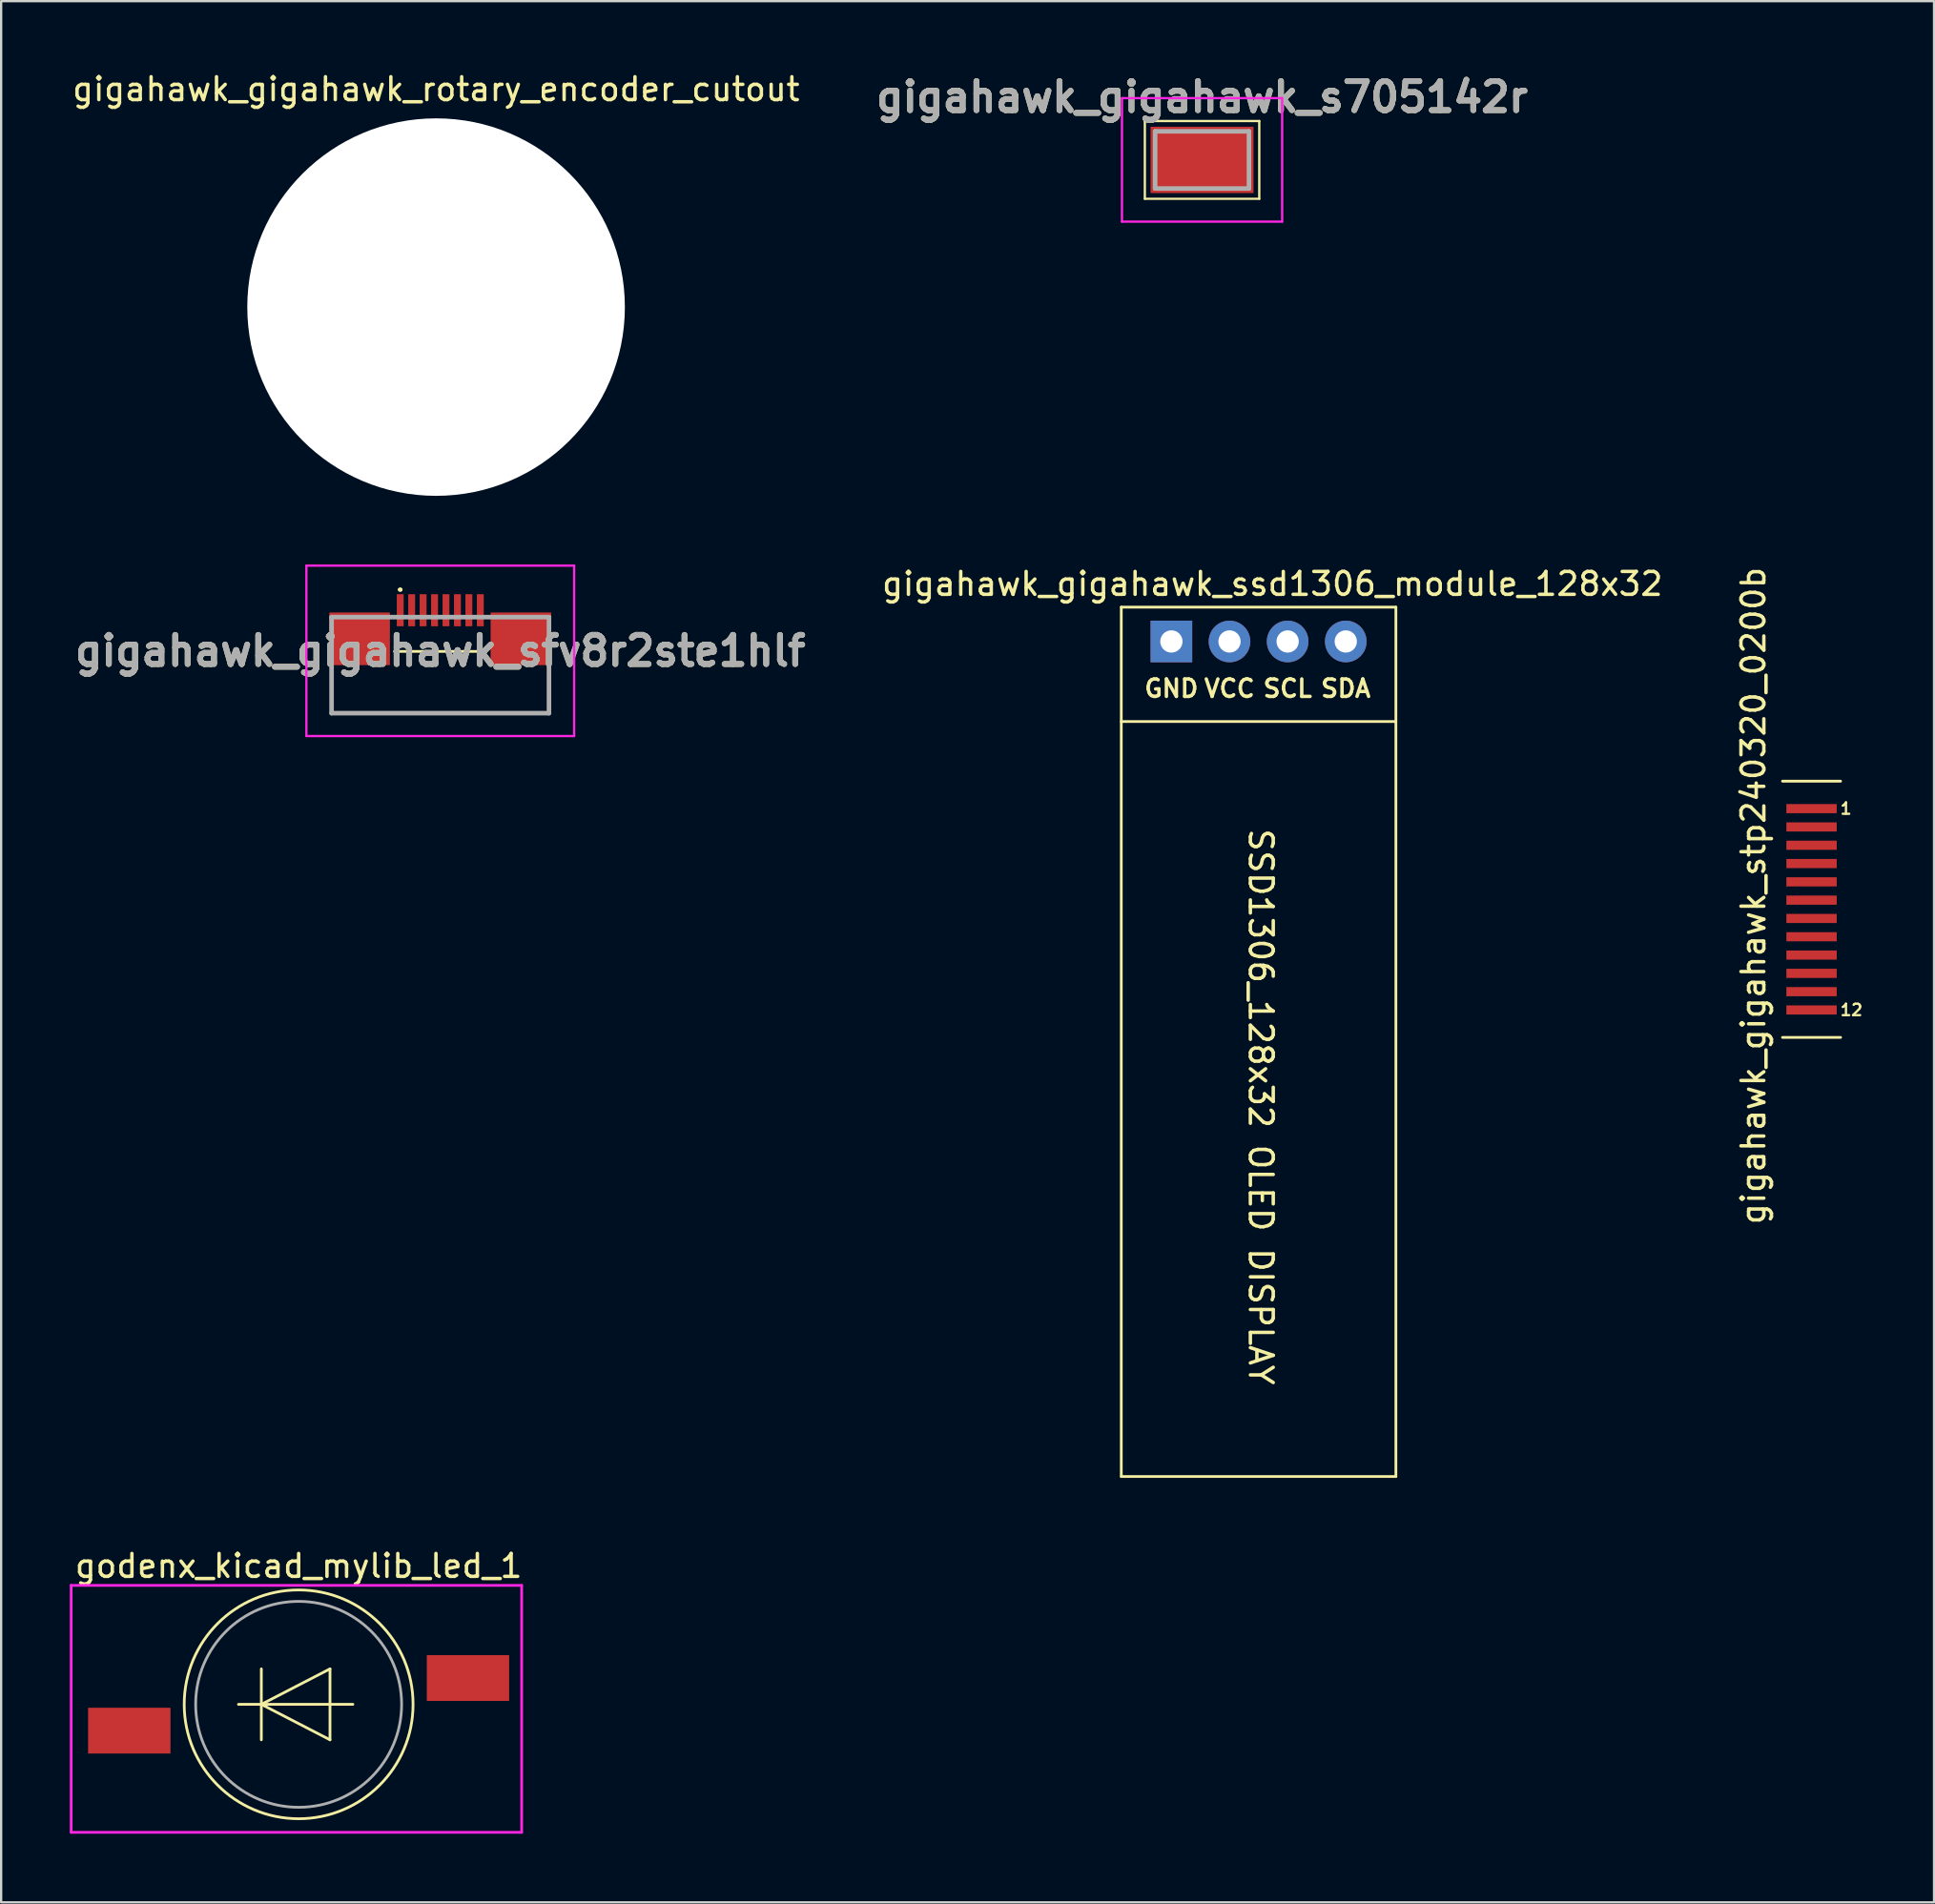
<source format=kicad_pcb>
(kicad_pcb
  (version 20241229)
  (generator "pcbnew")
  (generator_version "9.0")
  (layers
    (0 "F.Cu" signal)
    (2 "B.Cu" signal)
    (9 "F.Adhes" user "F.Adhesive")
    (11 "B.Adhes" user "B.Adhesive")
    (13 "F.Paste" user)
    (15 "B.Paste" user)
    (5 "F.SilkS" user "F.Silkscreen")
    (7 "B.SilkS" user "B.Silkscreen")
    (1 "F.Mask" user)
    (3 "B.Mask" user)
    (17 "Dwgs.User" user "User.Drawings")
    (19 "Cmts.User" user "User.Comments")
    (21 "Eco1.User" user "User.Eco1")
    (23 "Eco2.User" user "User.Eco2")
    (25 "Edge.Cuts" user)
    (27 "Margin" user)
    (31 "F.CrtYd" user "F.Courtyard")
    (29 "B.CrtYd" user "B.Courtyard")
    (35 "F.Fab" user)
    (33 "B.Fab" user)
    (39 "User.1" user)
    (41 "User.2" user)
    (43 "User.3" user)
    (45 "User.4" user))
  (footprint "godenx_kicad_mylib_led_1"
    (layer "F.Cu")
    (at 2.6 72.596)
    (property "Reference" "godenx_kicad_mylib_led_1" (at 7.4 -7.2 0) (layer "F.SilkS") (effects (font (size 1 1) (thickness 0.15))))
    (attr through_hole)
    (fp_line (start 4.77 -1.15) (end 9.77 -1.15) (stroke (width 0.12) (type solid)) (layer "F.SilkS"))
    (fp_line (start 5.77 -2.7) (end 5.77 0.4) (stroke (width 0.12) (type solid)) (layer "F.SilkS"))
    (fp_line (start 5.77 -1.15) (end 8.77 -2.7) (stroke (width 0.12) (type solid)) (layer "F.SilkS"))
    (fp_line (start 8.77 -2.7) (end 8.77 0.4) (stroke (width 0.12) (type solid)) (layer "F.SilkS"))
    (fp_line (start 8.77 0.4) (end 5.77 -1.15) (stroke (width 0.12) (type solid)) (layer "F.SilkS"))
    (fp_circle (center 7.4 -1.15) (end 12.4 -1.15) (stroke (width 0.12) (type solid)) (fill no) (layer "F.SilkS"))
    (fp_line (start -2.54 -6.35) (end -1.905 -6.35) (stroke (width 0.12) (type solid)) (layer "F.CrtYd"))
    (fp_line (start -2.54 4.445) (end -2.54 -6.35) (stroke (width 0.12) (type solid)) (layer "F.CrtYd"))
    (fp_line (start -1.905 -6.35) (end 17.145 -6.35) (stroke (width 0.12) (type solid)) (layer "F.CrtYd"))
    (fp_line (start 17.145 -6.35) (end 17.145 4.445) (stroke (width 0.12) (type solid)) (layer "F.CrtYd"))
    (fp_line (start 17.145 4.445) (end -2.54 4.445) (stroke (width 0.12) (type solid)) (layer "F.CrtYd"))
    (fp_circle (center 7.4 -1.15) (end 11.9 -1.15) (stroke (width 0.12) (type solid)) (fill no) (layer "F.Fab"))
    (pad "1" smd rect (at 0 0) (size 3.6 2) (layers "F.Cu" "F.Mask" "F.Paste"))
    (pad "2" smd rect (at 14.8 -2.3) (size 3.6 2) (layers "F.Cu" "F.Mask" "F.Paste")))
  (footprint "gigahawk_gigahawk_rotary_encoder_cutout"
    (layer "F.Cu")
    (at 16.006 10.373)
    (property "Reference" "gigahawk_gigahawk_rotary_encoder_cutout" (at 0 -9.525 0) (layer "F.SilkS") (effects (font (size 1 1) (thickness 0.15))))
    (attr through_hole)
    (pad "" np_thru_hole circle (at 0 0) (size 16.5 16.5) (drill 16.5) (layers "*.Cu" "*.Mask")))
  (footprint "gigahawk_gigahawk_sfv8r2ste1hlf"
    (layer "F.Cu")
    (at 16.189 25.398)
    (property "Reference" "gigahawk_gigahawk_sfv8r2ste1hlf" (at 0 0 0) (layer "F.SilkS") (effects (font (size 1.27 1.27) (thickness 0.254))))
    (attr smd)
    (fp_line (start -4.75 1.065) (end -4.75 2.725) (stroke (width 0.1) (type solid)) (layer "F.SilkS"))
    (fp_line (start -4.75 2.725) (end 4.75 2.725) (stroke (width 0.1) (type solid)) (layer "F.SilkS"))
    (fp_line (start -2 0.025) (end 2 0.025) (stroke (width 0.12) (type solid)) (layer "F.SilkS"))
    (fp_line (start -1.8 -2.675) (end -1.8 -2.675) (stroke (width 0.1) (type solid)) (layer "F.SilkS"))
    (fp_line (start -1.7 -2.675) (end -1.7 -2.675) (stroke (width 0.1) (type solid)) (layer "F.SilkS"))
    (fp_line (start 4.75 2.725) (end 4.75 1.065) (stroke (width 0.1) (type solid)) (layer "F.SilkS"))
    (fp_arc (start -1.8 -2.675) (mid -1.75 -2.725) (end -1.7 -2.675) (stroke (width 0.1) (type solid)) (layer "F.SilkS"))
    (fp_arc (start -1.7 -2.675) (mid -1.75 -2.625) (end -1.8 -2.675) (stroke (width 0.1) (type solid)) (layer "F.SilkS"))
    (fp_line (start -5.85 -3.725) (end 5.85 -3.725) (stroke (width 0.1) (type solid)) (layer "F.CrtYd"))
    (fp_line (start -5.85 3.725) (end -5.85 -3.725) (stroke (width 0.1) (type solid)) (layer "F.CrtYd"))
    (fp_line (start 5.85 -3.725) (end 5.85 3.725) (stroke (width 0.1) (type solid)) (layer "F.CrtYd"))
    (fp_line (start 5.85 3.725) (end -5.85 3.725) (stroke (width 0.1) (type solid)) (layer "F.CrtYd"))
    (fp_line (start -4.75 -1.475) (end 4.75 -1.475) (stroke (width 0.2) (type solid)) (layer "F.Fab"))
    (fp_line (start -4.75 2.725) (end -4.75 -1.475) (stroke (width 0.2) (type solid)) (layer "F.Fab"))
    (fp_line (start 4.75 -1.475) (end 4.75 2.725) (stroke (width 0.2) (type solid)) (layer "F.Fab"))
    (fp_line (start 4.75 2.725) (end -4.75 2.725) (stroke (width 0.2) (type solid)) (layer "F.Fab"))
    (fp_text user "${REFERENCE}" (at 0 0 0) (layer "F.Fab") (effects (font (size 1.27 1.27) (thickness 0.254))))
    (pad "1" smd rect (at -1.75 -1.775) (size 0.3 1.4) (layers "F.Cu" "F.Mask" "F.Paste"))
    (pad "2" smd rect (at -1.25 -1.775) (size 0.3 1.4) (layers "F.Cu" "F.Mask" "F.Paste"))
    (pad "3" smd rect (at -0.75 -1.775) (size 0.3 1.4) (layers "F.Cu" "F.Mask" "F.Paste"))
    (pad "4" smd rect (at -0.25 -1.775) (size 0.3 1.4) (layers "F.Cu" "F.Mask" "F.Paste"))
    (pad "5" smd rect (at 0.25 -1.775) (size 0.3 1.4) (layers "F.Cu" "F.Mask" "F.Paste"))
    (pad "6" smd rect (at 0.75 -1.775) (size 0.3 1.4) (layers "F.Cu" "F.Mask" "F.Paste"))
    (pad "7" smd rect (at 1.25 -1.775) (size 0.3 1.4) (layers "F.Cu" "F.Mask" "F.Paste"))
    (pad "8" smd rect (at 1.75 -1.775) (size 0.3 1.4) (layers "F.Cu" "F.Mask" "F.Paste"))
    (pad "M1" smd rect (at -3.525 -0.525 90) (size 2.3 2.65) (layers "F.Cu" "F.Mask" "F.Paste"))
    (pad "M2" smd rect (at 3.525 -0.525 90) (size 2.3 2.65) (layers "F.Cu" "F.Mask" "F.Paste")))
  (footprint "gigahawk_gigahawk_ssd1306_module_128x32"
    (layer "F.Cu")
    (at 45.948 23.488)
    (property "Reference" "gigahawk_gigahawk_ssd1306_module_128x32" (at 6.604 -1.016 0) (layer "F.SilkS") (effects (font (size 1 1) (thickness 0.15))))
    (attr through_hole)
    (fp_line (start 0 0) (end 0 38) (stroke (width 0.12) (type solid)) (layer "F.SilkS"))
    (fp_line (start 0 38) (end 12 38) (stroke (width 0.12) (type solid)) (layer "F.SilkS"))
    (fp_line (start 12 0) (end 0 0) (stroke (width 0.12) (type solid)) (layer "F.SilkS"))
    (fp_line (start 12 5) (end 0 5) (stroke (width 0.12) (type solid)) (layer "F.SilkS"))
    (fp_line (start 12 38) (end 12 0) (stroke (width 0.12) (type solid)) (layer "F.SilkS"))
    (fp_text user "VCC" (at 4.73 3.556 0) (layer "F.SilkS") (effects (font (size 0.762 0.762) (thickness 0.15))))
    (fp_text user "GND" (at 2.19 3.556 0) (layer "F.SilkS") (effects (font (size 0.762 0.762) (thickness 0.15))))
    (fp_text user "SDA" (at 9.81 3.556 0) (layer "F.SilkS") (effects (font (size 0.762 0.762) (thickness 0.15))))
    (fp_text user "SSD1306_128x32 OLED DISPLAY" (at 6.096 21.844 270) (unlocked yes) (layer "F.SilkS") (effects (font (size 1 1) (thickness 0.15))))
    (fp_text user "SCL" (at 7.27 3.556 0) (layer "F.SilkS") (effects (font (size 0.762 0.762) (thickness 0.15))))
    (pad "1" thru_hole rect (at 2.19 1.5) (size 1.82 1.82) (drill 0.974) (layers "*.Cu" "*.Mask"))
    (pad "2" thru_hole circle (at 4.73 1.5) (size 1.82 1.82) (drill 0.974) (layers "*.Cu" "*.Mask"))
    (pad "3" thru_hole circle (at 7.27 1.5) (size 1.82 1.82) (drill 0.974) (layers "*.Cu" "*.Mask"))
    (pad "4" thru_hole circle (at 9.81 1.5) (size 1.82 1.82) (drill 0.974) (layers "*.Cu" "*.Mask")))
  (footprint "gigahawk_gigahawk_s705142r"
    (layer "F.Cu")
    (at 49.478 3.939)
    (property "Reference" "gigahawk_gigahawk_s705142r" (at 0 -2.75 0) (layer "F.SilkS") (effects (font (size 1.27 1.27) (thickness 0.254))))
    (attr smd)
    (fp_line (start -2.5 -1.7) (end 2.5 -1.7) (stroke (width 0.1) (type solid)) (layer "F.SilkS"))
    (fp_line (start -2.5 1.7) (end -2.5 -1.7) (stroke (width 0.1) (type solid)) (layer "F.SilkS"))
    (fp_line (start 2.5 -1.7) (end 2.5 1.7) (stroke (width 0.1) (type solid)) (layer "F.SilkS"))
    (fp_line (start 2.5 1.7) (end -2.5 1.7) (stroke (width 0.1) (type solid)) (layer "F.SilkS"))
    (fp_line (start -3.5 -2.7) (end 3.5 -2.7) (stroke (width 0.1) (type solid)) (layer "F.CrtYd"))
    (fp_line (start -3.5 2.7) (end -3.5 -2.7) (stroke (width 0.1) (type solid)) (layer "F.CrtYd"))
    (fp_line (start 3.5 -2.7) (end 3.5 2.7) (stroke (width 0.1) (type solid)) (layer "F.CrtYd"))
    (fp_line (start 3.5 2.7) (end -3.5 2.7) (stroke (width 0.1) (type solid)) (layer "F.CrtYd"))
    (fp_line (start -2.05 -1.25) (end -2.05 1.25) (stroke (width 0.2) (type solid)) (layer "F.Fab"))
    (fp_line (start -2.05 1.25) (end 2.05 1.25) (stroke (width 0.2) (type solid)) (layer "F.Fab"))
    (fp_line (start 2.05 -1.25) (end -2.05 -1.25) (stroke (width 0.2) (type solid)) (layer "F.Fab"))
    (fp_line (start 2.05 1.25) (end 2.05 -1.25) (stroke (width 0.2) (type solid)) (layer "F.Fab"))
    (fp_text user "${REFERENCE}" (at 0 -2.75 0) (layer "F.Fab") (effects (font (size 1.27 1.27) (thickness 0.254))))
    (pad "1" smd rect (at 0 0 90) (size 2.9 4.5) (layers "F.Cu" "F.Mask" "F.Paste")))
  (footprint "gigahawk_gigahawk_stp240320_0200b"
    (layer "F.Cu")
    (at 76.112 32.295)
    (property "Reference" "gigahawk_gigahawk_stp240320_0200b" (at -2.54 3.81 90) (layer "F.SilkS") (effects (font (size 1 1) (thickness 0.15))))
    (attr through_hole)
    (fp_line (start -1.27 -1.2) (end 1.27 -1.2) (stroke (width 0.12) (type solid)) (layer "F.SilkS"))
    (fp_line (start -1.27 10) (end 1.27 10) (stroke (width 0.12) (type solid)) (layer "F.SilkS"))
    (fp_text user "1" (at 1.2 0 0) (layer "F.SilkS") (effects (font (size 0.5 0.5) (thickness 0.1)) (justify left)))
    (fp_text user "12" (at 1.2 8.8 0) (layer "F.SilkS") (effects (font (size 0.5 0.5) (thickness 0.1)) (justify left)))
    (pad "1" smd rect (at 0 0 90) (size 0.4 2.2) (layers "F.Cu" "F.Mask" "F.Paste"))
    (pad "2" smd rect (at 0 0.8 90) (size 0.4 2.2) (layers "F.Cu" "F.Mask" "F.Paste"))
    (pad "3" smd rect (at 0 1.6 90) (size 0.4 2.2) (layers "F.Cu" "F.Mask" "F.Paste"))
    (pad "4" smd rect (at 0 2.4 90) (size 0.4 2.2) (layers "F.Cu" "F.Mask" "F.Paste"))
    (pad "5" smd rect (at 0 3.2 90) (size 0.4 2.2) (layers "F.Cu" "F.Mask" "F.Paste"))
    (pad "6" smd rect (at 0 4 90) (size 0.4 2.2) (layers "F.Cu" "F.Mask" "F.Paste"))
    (pad "7" smd rect (at 0 4.8 90) (size 0.4 2.2) (layers "F.Cu" "F.Mask" "F.Paste"))
    (pad "8" smd rect (at 0 5.6 90) (size 0.4 2.2) (layers "F.Cu" "F.Mask" "F.Paste"))
    (pad "9" smd rect (at 0 6.4 90) (size 0.4 2.2) (layers "F.Cu" "F.Mask" "F.Paste"))
    (pad "10" smd rect (at 0 7.2 90) (size 0.4 2.2) (layers "F.Cu" "F.Mask" "F.Paste"))
    (pad "11" smd rect (at 0 8 90) (size 0.4 2.2) (layers "F.Cu" "F.Mask" "F.Paste"))
    (pad "12" smd rect (at 0 8.8 90) (size 0.4 2.2) (layers "F.Cu" "F.Mask" "F.Paste")))
  (gr_rect
    (start -3 -3)
    (end 81.465 80.101)
    (stroke (width 0.1) (type default))
    (fill no)
    (layer "Edge.Cuts")))
</source>
